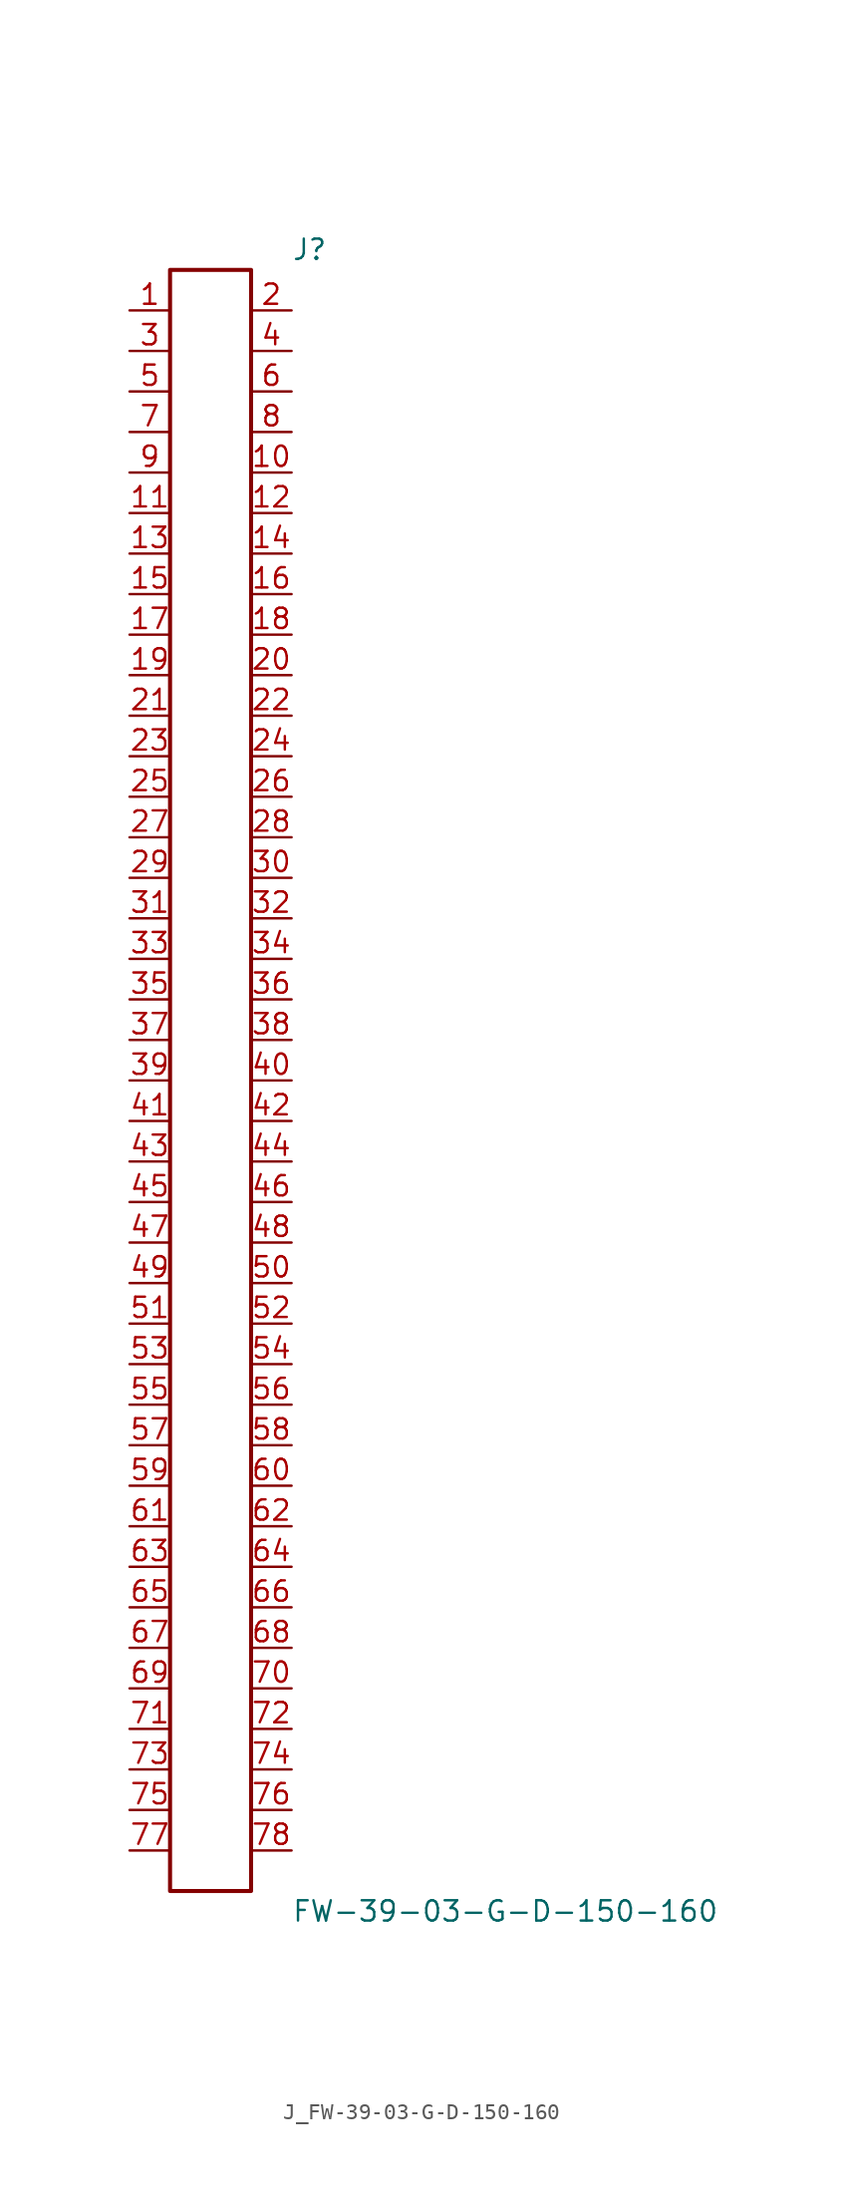
<source format=kicad_sym>
(kicad_symbol_lib
  (version 20231120)
  (generator kicad_symbol_editor)
  (generator_version 8.0)
  (symbol "J_FW-39-03-G-D-150-160"
    (pin_names
      (offset 0.254))
    (property "Reference" "J"
      (at 5.08 52.07 0)
      (effects (font (size 1.27 1.27)) (justify left)))
    (property "Value" "FW-39-03-G-D-150-160"
      (at 5.08 -52.07 0)
      (effects (font (size 1.27 1.27)) (justify left)))
    (symbol "J_FW-39-03-G-D-150-160_0_0"
      (pin passive line (at -5.08 48.26 0) (length 2.54) (name "" (effects (font (size 1.27 1.27)))) (number "1" (effects (font (size 1.27 1.27)))))
      (pin passive line (at 5.08 48.26 180) (length 2.54) (name "" (effects (font (size 1.27 1.27)))) (number "2" (effects (font (size 1.27 1.27)))))
      (pin passive line (at -5.08 45.72 0) (length 2.54) (name "" (effects (font (size 1.27 1.27)))) (number "3" (effects (font (size 1.27 1.27)))))
      (pin passive line (at 5.08 45.72 180) (length 2.54) (name "" (effects (font (size 1.27 1.27)))) (number "4" (effects (font (size 1.27 1.27)))))
      (pin passive line (at -5.08 43.18 0) (length 2.54) (name "" (effects (font (size 1.27 1.27)))) (number "5" (effects (font (size 1.27 1.27)))))
      (pin passive line (at 5.08 43.18 180) (length 2.54) (name "" (effects (font (size 1.27 1.27)))) (number "6" (effects (font (size 1.27 1.27)))))
      (pin passive line (at -5.08 40.64 0) (length 2.54) (name "" (effects (font (size 1.27 1.27)))) (number "7" (effects (font (size 1.27 1.27)))))
      (pin passive line (at 5.08 40.64 180) (length 2.54) (name "" (effects (font (size 1.27 1.27)))) (number "8" (effects (font (size 1.27 1.27)))))
      (pin passive line (at -5.08 38.1 0) (length 2.54) (name "" (effects (font (size 1.27 1.27)))) (number "9" (effects (font (size 1.27 1.27)))))
      (pin passive line (at 5.08 38.1 180) (length 2.54) (name "" (effects (font (size 1.27 1.27)))) (number "10" (effects (font (size 1.27 1.27)))))
      (pin passive line (at -5.08 35.56 0) (length 2.54) (name "" (effects (font (size 1.27 1.27)))) (number "11" (effects (font (size 1.27 1.27)))))
      (pin passive line (at 5.08 35.56 180) (length 2.54) (name "" (effects (font (size 1.27 1.27)))) (number "12" (effects (font (size 1.27 1.27)))))
      (pin passive line (at -5.08 33.02 0) (length 2.54) (name "" (effects (font (size 1.27 1.27)))) (number "13" (effects (font (size 1.27 1.27)))))
      (pin passive line (at 5.08 33.02 180) (length 2.54) (name "" (effects (font (size 1.27 1.27)))) (number "14" (effects (font (size 1.27 1.27)))))
      (pin passive line (at -5.08 30.48 0) (length 2.54) (name "" (effects (font (size 1.27 1.27)))) (number "15" (effects (font (size 1.27 1.27)))))
      (pin passive line (at 5.08 30.48 180) (length 2.54) (name "" (effects (font (size 1.27 1.27)))) (number "16" (effects (font (size 1.27 1.27)))))
      (pin passive line (at -5.08 27.94 0) (length 2.54) (name "" (effects (font (size 1.27 1.27)))) (number "17" (effects (font (size 1.27 1.27)))))
      (pin passive line (at 5.08 27.94 180) (length 2.54) (name "" (effects (font (size 1.27 1.27)))) (number "18" (effects (font (size 1.27 1.27)))))
      (pin passive line (at -5.08 25.4 0) (length 2.54) (name "" (effects (font (size 1.27 1.27)))) (number "19" (effects (font (size 1.27 1.27)))))
      (pin passive line (at 5.08 25.4 180) (length 2.54) (name "" (effects (font (size 1.27 1.27)))) (number "20" (effects (font (size 1.27 1.27)))))
      (pin passive line (at -5.08 22.86 0) (length 2.54) (name "" (effects (font (size 1.27 1.27)))) (number "21" (effects (font (size 1.27 1.27)))))
      (pin passive line (at 5.08 22.86 180) (length 2.54) (name "" (effects (font (size 1.27 1.27)))) (number "22" (effects (font (size 1.27 1.27)))))
      (pin passive line (at -5.08 20.32 0) (length 2.54) (name "" (effects (font (size 1.27 1.27)))) (number "23" (effects (font (size 1.27 1.27)))))
      (pin passive line (at 5.08 20.32 180) (length 2.54) (name "" (effects (font (size 1.27 1.27)))) (number "24" (effects (font (size 1.27 1.27)))))
      (pin passive line (at -5.08 17.78 0) (length 2.54) (name "" (effects (font (size 1.27 1.27)))) (number "25" (effects (font (size 1.27 1.27)))))
      (pin passive line (at 5.08 17.78 180) (length 2.54) (name "" (effects (font (size 1.27 1.27)))) (number "26" (effects (font (size 1.27 1.27)))))
      (pin passive line (at -5.08 15.24 0) (length 2.54) (name "" (effects (font (size 1.27 1.27)))) (number "27" (effects (font (size 1.27 1.27)))))
      (pin passive line (at 5.08 15.24 180) (length 2.54) (name "" (effects (font (size 1.27 1.27)))) (number "28" (effects (font (size 1.27 1.27)))))
      (pin passive line (at -5.08 12.7 0) (length 2.54) (name "" (effects (font (size 1.27 1.27)))) (number "29" (effects (font (size 1.27 1.27)))))
      (pin passive line (at 5.08 12.7 180) (length 2.54) (name "" (effects (font (size 1.27 1.27)))) (number "30" (effects (font (size 1.27 1.27)))))
      (pin passive line (at -5.08 10.16 0) (length 2.54) (name "" (effects (font (size 1.27 1.27)))) (number "31" (effects (font (size 1.27 1.27)))))
      (pin passive line (at 5.08 10.16 180) (length 2.54) (name "" (effects (font (size 1.27 1.27)))) (number "32" (effects (font (size 1.27 1.27)))))
      (pin passive line (at -5.08 7.62 0) (length 2.54) (name "" (effects (font (size 1.27 1.27)))) (number "33" (effects (font (size 1.27 1.27)))))
      (pin passive line (at 5.08 7.62 180) (length 2.54) (name "" (effects (font (size 1.27 1.27)))) (number "34" (effects (font (size 1.27 1.27)))))
      (pin passive line (at -5.08 5.08 0) (length 2.54) (name "" (effects (font (size 1.27 1.27)))) (number "35" (effects (font (size 1.27 1.27)))))
      (pin passive line (at 5.08 5.08 180) (length 2.54) (name "" (effects (font (size 1.27 1.27)))) (number "36" (effects (font (size 1.27 1.27)))))
      (pin passive line (at -5.08 2.54 0) (length 2.54) (name "" (effects (font (size 1.27 1.27)))) (number "37" (effects (font (size 1.27 1.27)))))
      (pin passive line (at 5.08 2.54 180) (length 2.54) (name "" (effects (font (size 1.27 1.27)))) (number "38" (effects (font (size 1.27 1.27)))))
      (pin passive line (at -5.08 0.0 0) (length 2.54) (name "" (effects (font (size 1.27 1.27)))) (number "39" (effects (font (size 1.27 1.27)))))
      (pin passive line (at 5.08 0.0 180) (length 2.54) (name "" (effects (font (size 1.27 1.27)))) (number "40" (effects (font (size 1.27 1.27)))))
      (pin passive line (at -5.08 -2.54 0) (length 2.54) (name "" (effects (font (size 1.27 1.27)))) (number "41" (effects (font (size 1.27 1.27)))))
      (pin passive line (at 5.08 -2.54 180) (length 2.54) (name "" (effects (font (size 1.27 1.27)))) (number "42" (effects (font (size 1.27 1.27)))))
      (pin passive line (at -5.08 -5.08 0) (length 2.54) (name "" (effects (font (size 1.27 1.27)))) (number "43" (effects (font (size 1.27 1.27)))))
      (pin passive line (at 5.08 -5.08 180) (length 2.54) (name "" (effects (font (size 1.27 1.27)))) (number "44" (effects (font (size 1.27 1.27)))))
      (pin passive line (at -5.08 -7.62 0) (length 2.54) (name "" (effects (font (size 1.27 1.27)))) (number "45" (effects (font (size 1.27 1.27)))))
      (pin passive line (at 5.08 -7.62 180) (length 2.54) (name "" (effects (font (size 1.27 1.27)))) (number "46" (effects (font (size 1.27 1.27)))))
      (pin passive line (at -5.08 -10.16 0) (length 2.54) (name "" (effects (font (size 1.27 1.27)))) (number "47" (effects (font (size 1.27 1.27)))))
      (pin passive line (at 5.08 -10.16 180) (length 2.54) (name "" (effects (font (size 1.27 1.27)))) (number "48" (effects (font (size 1.27 1.27)))))
      (pin passive line (at -5.08 -12.7 0) (length 2.54) (name "" (effects (font (size 1.27 1.27)))) (number "49" (effects (font (size 1.27 1.27)))))
      (pin passive line (at 5.08 -12.7 180) (length 2.54) (name "" (effects (font (size 1.27 1.27)))) (number "50" (effects (font (size 1.27 1.27)))))
      (pin passive line (at -5.08 -15.24 0) (length 2.54) (name "" (effects (font (size 1.27 1.27)))) (number "51" (effects (font (size 1.27 1.27)))))
      (pin passive line (at 5.08 -15.24 180) (length 2.54) (name "" (effects (font (size 1.27 1.27)))) (number "52" (effects (font (size 1.27 1.27)))))
      (pin passive line (at -5.08 -17.78 0) (length 2.54) (name "" (effects (font (size 1.27 1.27)))) (number "53" (effects (font (size 1.27 1.27)))))
      (pin passive line (at 5.08 -17.78 180) (length 2.54) (name "" (effects (font (size 1.27 1.27)))) (number "54" (effects (font (size 1.27 1.27)))))
      (pin passive line (at -5.08 -20.32 0) (length 2.54) (name "" (effects (font (size 1.27 1.27)))) (number "55" (effects (font (size 1.27 1.27)))))
      (pin passive line (at 5.08 -20.32 180) (length 2.54) (name "" (effects (font (size 1.27 1.27)))) (number "56" (effects (font (size 1.27 1.27)))))
      (pin passive line (at -5.08 -22.86 0) (length 2.54) (name "" (effects (font (size 1.27 1.27)))) (number "57" (effects (font (size 1.27 1.27)))))
      (pin passive line (at 5.08 -22.86 180) (length 2.54) (name "" (effects (font (size 1.27 1.27)))) (number "58" (effects (font (size 1.27 1.27)))))
      (pin passive line (at -5.08 -25.4 0) (length 2.54) (name "" (effects (font (size 1.27 1.27)))) (number "59" (effects (font (size 1.27 1.27)))))
      (pin passive line (at 5.08 -25.4 180) (length 2.54) (name "" (effects (font (size 1.27 1.27)))) (number "60" (effects (font (size 1.27 1.27)))))
      (pin passive line (at -5.08 -27.94 0) (length 2.54) (name "" (effects (font (size 1.27 1.27)))) (number "61" (effects (font (size 1.27 1.27)))))
      (pin passive line (at 5.08 -27.94 180) (length 2.54) (name "" (effects (font (size 1.27 1.27)))) (number "62" (effects (font (size 1.27 1.27)))))
      (pin passive line (at -5.08 -30.48 0) (length 2.54) (name "" (effects (font (size 1.27 1.27)))) (number "63" (effects (font (size 1.27 1.27)))))
      (pin passive line (at 5.08 -30.48 180) (length 2.54) (name "" (effects (font (size 1.27 1.27)))) (number "64" (effects (font (size 1.27 1.27)))))
      (pin passive line (at -5.08 -33.02 0) (length 2.54) (name "" (effects (font (size 1.27 1.27)))) (number "65" (effects (font (size 1.27 1.27)))))
      (pin passive line (at 5.08 -33.02 180) (length 2.54) (name "" (effects (font (size 1.27 1.27)))) (number "66" (effects (font (size 1.27 1.27)))))
      (pin passive line (at -5.08 -35.56 0) (length 2.54) (name "" (effects (font (size 1.27 1.27)))) (number "67" (effects (font (size 1.27 1.27)))))
      (pin passive line (at 5.08 -35.56 180) (length 2.54) (name "" (effects (font (size 1.27 1.27)))) (number "68" (effects (font (size 1.27 1.27)))))
      (pin passive line (at -5.08 -38.1 0) (length 2.54) (name "" (effects (font (size 1.27 1.27)))) (number "69" (effects (font (size 1.27 1.27)))))
      (pin passive line (at 5.08 -38.1 180) (length 2.54) (name "" (effects (font (size 1.27 1.27)))) (number "70" (effects (font (size 1.27 1.27)))))
      (pin passive line (at -5.08 -40.64 0) (length 2.54) (name "" (effects (font (size 1.27 1.27)))) (number "71" (effects (font (size 1.27 1.27)))))
      (pin passive line (at 5.08 -40.64 180) (length 2.54) (name "" (effects (font (size 1.27 1.27)))) (number "72" (effects (font (size 1.27 1.27)))))
      (pin passive line (at -5.08 -43.18 0) (length 2.54) (name "" (effects (font (size 1.27 1.27)))) (number "73" (effects (font (size 1.27 1.27)))))
      (pin passive line (at 5.08 -43.18 180) (length 2.54) (name "" (effects (font (size 1.27 1.27)))) (number "74" (effects (font (size 1.27 1.27)))))
      (pin passive line (at -5.08 -45.72 0) (length 2.54) (name "" (effects (font (size 1.27 1.27)))) (number "75" (effects (font (size 1.27 1.27)))))
      (pin passive line (at 5.08 -45.72 180) (length 2.54) (name "" (effects (font (size 1.27 1.27)))) (number "76" (effects (font (size 1.27 1.27)))))
      (pin passive line (at -5.08 -48.26 0) (length 2.54) (name "" (effects (font (size 1.27 1.27)))) (number "77" (effects (font (size 1.27 1.27)))))
      (pin passive line (at 5.08 -48.26 180) (length 2.54) (name "" (effects (font (size 1.27 1.27)))) (number "78" (effects (font (size 1.27 1.27))))))
    (symbol "J_FW-39-03-G-D-150-160_1_0"
      (rectangle (start -2.54 50.8) (end 2.54 -50.8) (stroke (width 0.254) (type solid)) (fill (type none))))))
</source>
